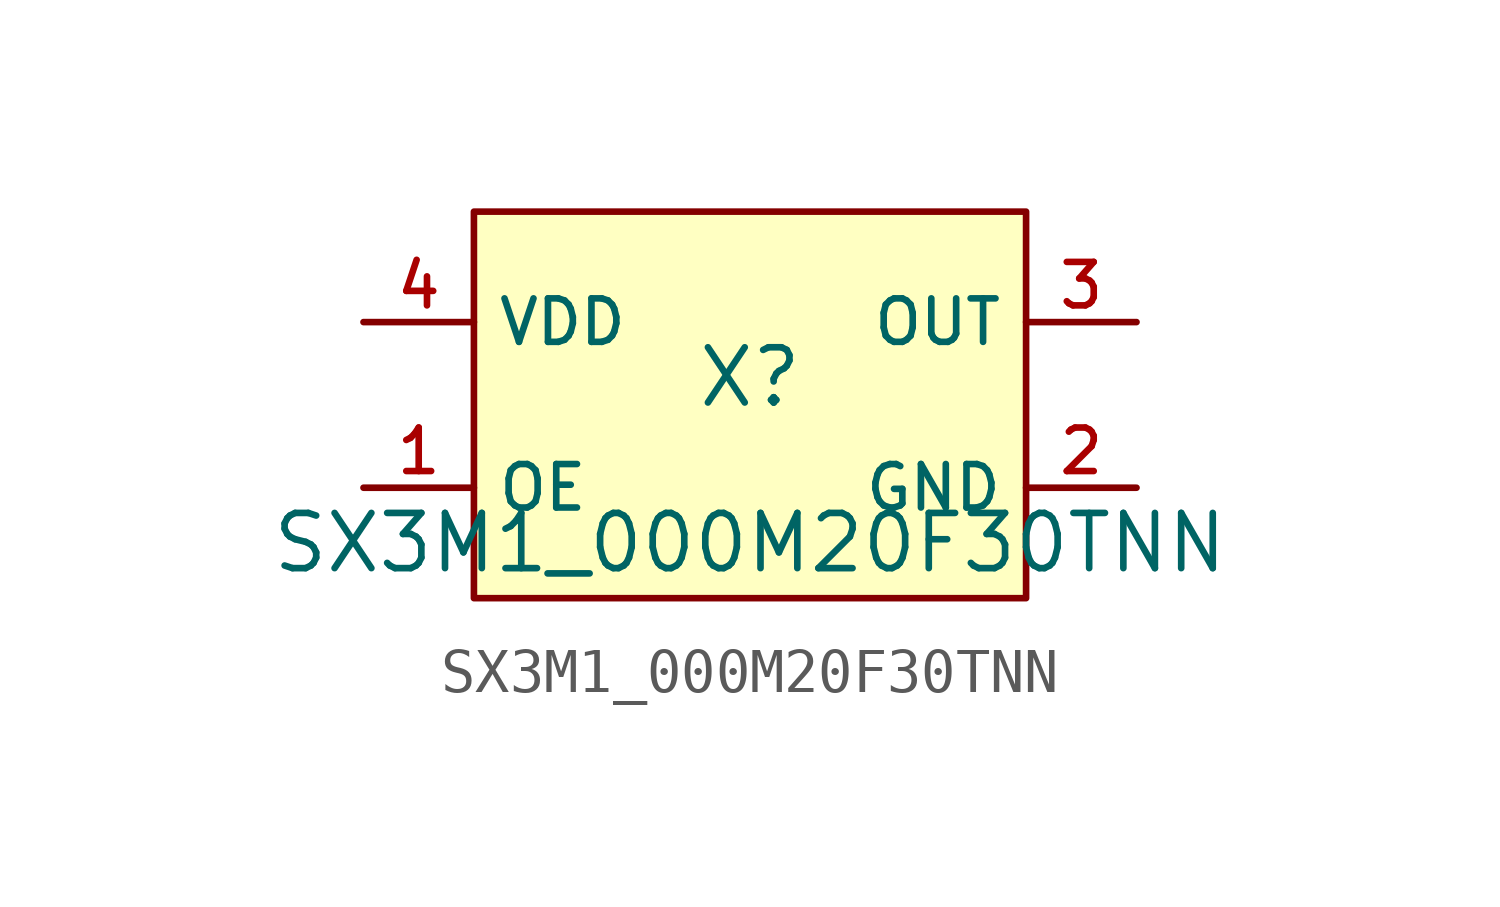
<source format=kicad_sym>
(kicad_symbol_lib
  (version 20210201)
  (generator TousstNicolas/JLC2KiCad_lib)
  (symbol "SX3M1_000M20F30TNN"
    (property "Reference" "X"
      (at 0 1.27 0)
      (effects (font (size 1.27 1.27))))
    (property "Value" "SX3M1_000M20F30TNN"
      (at 0 -2.54 0)
      (effects (font (size 1.27 1.27))))
    (symbol "SX3M1_000M20F30TNN_0_1"
      (rectangle (start -6.35 5.08) (end 6.35 -3.81) (stroke (width 0) (type default) (color 0 0 0 0)) (fill (type background)))
      (pin unspecified line (at -8.89 -1.27 0) (length 2.54) (name "OE" (effects (font (size 1 1)))) (number "1" (effects (font (size 1 1)))))
      (pin unspecified line (at 8.89 -1.27 180) (length 2.54) (name "GND" (effects (font (size 1 1)))) (number "2" (effects (font (size 1 1)))))
      (pin unspecified line (at 8.89 2.54 180) (length 2.54) (name "OUT" (effects (font (size 1 1)))) (number "3" (effects (font (size 1 1)))))
      (pin unspecified line (at -8.89 2.54 0) (length 2.54) (name "VDD" (effects (font (size 1 1)))) (number "4" (effects (font (size 1 1))))))))
</source>
